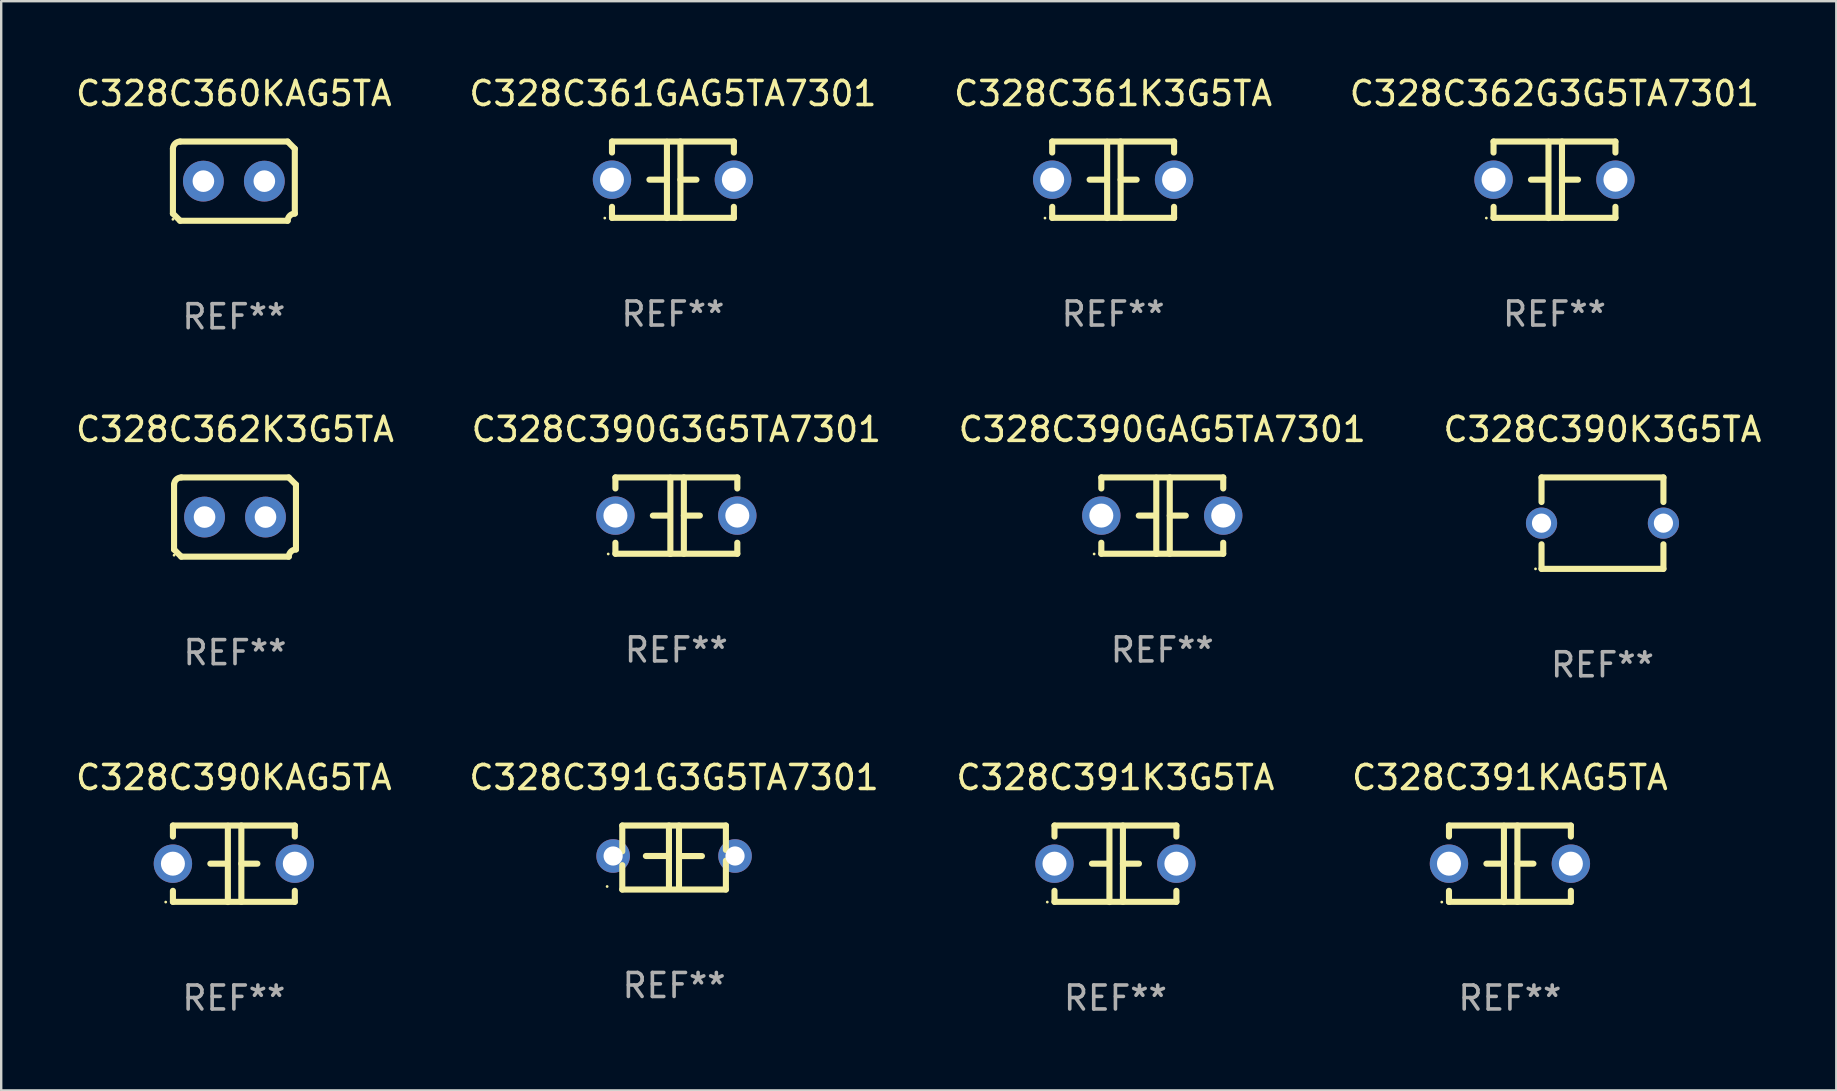
<source format=kicad_pcb>
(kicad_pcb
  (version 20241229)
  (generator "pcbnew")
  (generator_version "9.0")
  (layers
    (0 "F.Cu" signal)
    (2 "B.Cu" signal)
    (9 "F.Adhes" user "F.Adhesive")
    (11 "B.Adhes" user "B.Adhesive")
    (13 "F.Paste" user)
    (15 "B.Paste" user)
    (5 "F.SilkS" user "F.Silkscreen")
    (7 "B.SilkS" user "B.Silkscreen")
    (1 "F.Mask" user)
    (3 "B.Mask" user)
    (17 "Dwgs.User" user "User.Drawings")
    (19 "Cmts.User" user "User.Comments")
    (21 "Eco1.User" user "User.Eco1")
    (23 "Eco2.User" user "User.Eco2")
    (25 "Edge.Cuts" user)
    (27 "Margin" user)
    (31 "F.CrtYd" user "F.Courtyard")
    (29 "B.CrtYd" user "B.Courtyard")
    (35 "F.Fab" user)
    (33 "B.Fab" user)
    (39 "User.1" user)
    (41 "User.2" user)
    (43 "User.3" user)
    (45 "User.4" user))
  (footprint "C328C361K3G5TA"
    (layer "F.Cu")
    (at 43.339 4.443)
    (property "Reference" "C328C361K3G5TA" (at 0 -3.595 0) (layer "F.SilkS") (effects (font (size 1 1) (thickness 0.15))))
    (attr through_hole)
    (fp_line (start -2.54 -1.595) (end -2.54 -1.136) (stroke (width 0.254) (type solid)) (layer "F.SilkS"))
    (fp_line (start -2.54 -1.595) (end 2.54 -1.595) (stroke (width 0.254) (type solid)) (layer "F.SilkS"))
    (fp_line (start -2.54 1.126) (end -2.54 1.585) (stroke (width 0.254) (type solid)) (layer "F.SilkS"))
    (fp_line (start -0.312 -0.005) (end -0.98 -0.005) (stroke (width 0.254) (type solid)) (layer "F.SilkS"))
    (fp_line (start -0.25 -1.585) (end -0.25 1.595) (stroke (width 0.254) (type solid)) (layer "F.SilkS"))
    (fp_line (start 0.312 -1.595) (end 0.312 1.585) (stroke (width 0.254) (type solid)) (layer "F.SilkS"))
    (fp_line (start 0.312 -0.005) (end 0.98 -0.005) (stroke (width 0.254) (type solid)) (layer "F.SilkS"))
    (fp_line (start 2.54 -1.595) (end 2.54 -1.136) (stroke (width 0.254) (type solid)) (layer "F.SilkS"))
    (fp_line (start 2.54 1.126) (end 2.54 1.585) (stroke (width 0.254) (type solid)) (layer "F.SilkS"))
    (fp_line (start 2.54 1.585) (end -2.54 1.585) (stroke (width 0.254) (type solid)) (layer "F.SilkS"))
    (fp_circle (center -2.84 1.595) (end -2.81 1.595) (stroke (width 0.06) (type solid)) (fill no) (layer "F.SilkS"))
    (fp_text user "REF**" (at 0 5.595 0) (layer "F.Fab") (effects (font (size 1 1) (thickness 0.15))))
    (pad "1" thru_hole circle (at -2.54 -0.005) (size 1.6 1.6) (drill 1) (layers "*.Cu" "*.Mask"))
    (pad "2" thru_hole circle (at 2.54 -0.005) (size 1.6 1.6) (drill 1) (layers "*.Cu" "*.Mask")))
  (footprint "C328C390GAG5TA7301"
    (layer "F.Cu")
    (at 45.387 18.442)
    (property "Reference" "C328C390GAG5TA7301" (at 0 -3.595 0) (layer "F.SilkS") (effects (font (size 1 1) (thickness 0.15))))
    (attr through_hole)
    (fp_line (start -2.54 -1.595) (end -2.54 -1.136) (stroke (width 0.254) (type solid)) (layer "F.SilkS"))
    (fp_line (start -2.54 -1.595) (end 2.54 -1.595) (stroke (width 0.254) (type solid)) (layer "F.SilkS"))
    (fp_line (start -2.54 1.126) (end -2.54 1.585) (stroke (width 0.254) (type solid)) (layer "F.SilkS"))
    (fp_line (start -0.312 -0.005) (end -0.98 -0.005) (stroke (width 0.254) (type solid)) (layer "F.SilkS"))
    (fp_line (start -0.25 -1.585) (end -0.25 1.595) (stroke (width 0.254) (type solid)) (layer "F.SilkS"))
    (fp_line (start 0.312 -1.595) (end 0.312 1.585) (stroke (width 0.254) (type solid)) (layer "F.SilkS"))
    (fp_line (start 0.312 -0.005) (end 0.98 -0.005) (stroke (width 0.254) (type solid)) (layer "F.SilkS"))
    (fp_line (start 2.54 -1.595) (end 2.54 -1.136) (stroke (width 0.254) (type solid)) (layer "F.SilkS"))
    (fp_line (start 2.54 1.126) (end 2.54 1.585) (stroke (width 0.254) (type solid)) (layer "F.SilkS"))
    (fp_line (start 2.54 1.585) (end -2.54 1.585) (stroke (width 0.254) (type solid)) (layer "F.SilkS"))
    (fp_circle (center -2.84 1.595) (end -2.81 1.595) (stroke (width 0.06) (type solid)) (fill no) (layer "F.SilkS"))
    (fp_text user "REF**" (at 0 5.595 0) (layer "F.Fab") (effects (font (size 1 1) (thickness 0.15))))
    (pad "1" thru_hole circle (at -2.54 -0.005) (size 1.6 1.6) (drill 1) (layers "*.Cu" "*.Mask"))
    (pad "2" thru_hole circle (at 2.54 -0.005) (size 1.6 1.6) (drill 1) (layers "*.Cu" "*.Mask")))
  (footprint "C328C390K3G5TA"
    (layer "F.Cu")
    (at 63.732 18.752)
    (property "Reference" "C328C390K3G5TA" (at 0 -3.905 0) (layer "F.SilkS") (effects (font (size 1 1) (thickness 0.15))))
    (attr through_hole)
    (fp_line (start -2.54 -1.905) (end -2.54 -0.881) (stroke (width 0.254) (type solid)) (layer "F.SilkS"))
    (fp_line (start -2.54 0.881) (end -2.54 1.905) (stroke (width 0.254) (type solid)) (layer "F.SilkS"))
    (fp_line (start -2.54 1.905) (end 2.54 1.905) (stroke (width 0.254) (type solid)) (layer "F.SilkS"))
    (fp_line (start 2.54 -1.905) (end -2.54 -1.905) (stroke (width 0.254) (type solid)) (layer "F.SilkS"))
    (fp_line (start 2.54 -0.881) (end 2.54 -1.905) (stroke (width 0.254) (type solid)) (layer "F.SilkS"))
    (fp_line (start 2.54 1.905) (end 2.54 0.881) (stroke (width 0.254) (type solid)) (layer "F.SilkS"))
    (fp_circle (center -2.79 1.905) (end -2.76 1.905) (stroke (width 0.06) (type solid)) (fill no) (layer "F.SilkS"))
    (fp_text user "REF**" (at 0 5.905 0) (layer "F.Fab") (effects (font (size 1 1) (thickness 0.15))))
    (pad "1" thru_hole circle (at -2.54 0) (size 1.3 1.3) (drill 0.8) (layers "*.Cu" "*.Mask"))
    (pad "2" thru_hole circle (at 2.54 0) (size 1.3 1.3) (drill 0.8) (layers "*.Cu" "*.Mask")))
  (footprint "C328C390KAG5TA"
    (layer "F.Cu")
    (at 6.696 32.948)
    (property "Reference" "C328C390KAG5TA" (at 0 -3.595 0) (layer "F.SilkS") (effects (font (size 1 1) (thickness 0.15))))
    (attr through_hole)
    (fp_line (start -2.54 -1.595) (end -2.54 -1.136) (stroke (width 0.254) (type solid)) (layer "F.SilkS"))
    (fp_line (start -2.54 -1.595) (end 2.54 -1.595) (stroke (width 0.254) (type solid)) (layer "F.SilkS"))
    (fp_line (start -2.54 1.126) (end -2.54 1.585) (stroke (width 0.254) (type solid)) (layer "F.SilkS"))
    (fp_line (start -0.312 -0.005) (end -0.98 -0.005) (stroke (width 0.254) (type solid)) (layer "F.SilkS"))
    (fp_line (start -0.25 -1.585) (end -0.25 1.595) (stroke (width 0.254) (type solid)) (layer "F.SilkS"))
    (fp_line (start 0.312 -1.595) (end 0.312 1.585) (stroke (width 0.254) (type solid)) (layer "F.SilkS"))
    (fp_line (start 0.312 -0.005) (end 0.98 -0.005) (stroke (width 0.254) (type solid)) (layer "F.SilkS"))
    (fp_line (start 2.54 -1.595) (end 2.54 -1.136) (stroke (width 0.254) (type solid)) (layer "F.SilkS"))
    (fp_line (start 2.54 1.126) (end 2.54 1.585) (stroke (width 0.254) (type solid)) (layer "F.SilkS"))
    (fp_line (start 2.54 1.585) (end -2.54 1.585) (stroke (width 0.254) (type solid)) (layer "F.SilkS"))
    (fp_circle (center -2.84 1.595) (end -2.81 1.595) (stroke (width 0.06) (type solid)) (fill no) (layer "F.SilkS"))
    (fp_text user "REF**" (at 0 5.595 0) (layer "F.Fab") (effects (font (size 1 1) (thickness 0.15))))
    (pad "1" thru_hole circle (at -2.54 -0.005) (size 1.6 1.6) (drill 1) (layers "*.Cu" "*.Mask"))
    (pad "2" thru_hole circle (at 2.54 -0.005) (size 1.6 1.6) (drill 1) (layers "*.Cu" "*.Mask")))
  (footprint "C328C361GAG5TA7301"
    (layer "F.Cu")
    (at 24.994 4.443)
    (property "Reference" "C328C361GAG5TA7301" (at 0 -3.595 0) (layer "F.SilkS") (effects (font (size 1 1) (thickness 0.15))))
    (attr through_hole)
    (fp_line (start -2.54 -1.595) (end -2.54 -1.136) (stroke (width 0.254) (type solid)) (layer "F.SilkS"))
    (fp_line (start -2.54 -1.595) (end 2.54 -1.595) (stroke (width 0.254) (type solid)) (layer "F.SilkS"))
    (fp_line (start -2.54 1.126) (end -2.54 1.585) (stroke (width 0.254) (type solid)) (layer "F.SilkS"))
    (fp_line (start -0.312 -0.005) (end -0.98 -0.005) (stroke (width 0.254) (type solid)) (layer "F.SilkS"))
    (fp_line (start -0.25 -1.585) (end -0.25 1.595) (stroke (width 0.254) (type solid)) (layer "F.SilkS"))
    (fp_line (start 0.312 -1.595) (end 0.312 1.585) (stroke (width 0.254) (type solid)) (layer "F.SilkS"))
    (fp_line (start 0.312 -0.005) (end 0.98 -0.005) (stroke (width 0.254) (type solid)) (layer "F.SilkS"))
    (fp_line (start 2.54 -1.595) (end 2.54 -1.136) (stroke (width 0.254) (type solid)) (layer "F.SilkS"))
    (fp_line (start 2.54 1.126) (end 2.54 1.585) (stroke (width 0.254) (type solid)) (layer "F.SilkS"))
    (fp_line (start 2.54 1.585) (end -2.54 1.585) (stroke (width 0.254) (type solid)) (layer "F.SilkS"))
    (fp_circle (center -2.84 1.595) (end -2.81 1.595) (stroke (width 0.06) (type solid)) (fill no) (layer "F.SilkS"))
    (fp_text user "REF**" (at 0 5.595 0) (layer "F.Fab") (effects (font (size 1 1) (thickness 0.15))))
    (pad "1" thru_hole circle (at -2.54 -0.005) (size 1.6 1.6) (drill 1) (layers "*.Cu" "*.Mask"))
    (pad "2" thru_hole circle (at 2.54 -0.005) (size 1.6 1.6) (drill 1) (layers "*.Cu" "*.Mask")))
  (footprint "C328C391G3G5TA7301"
    (layer "F.Cu")
    (at 25.042 32.687)
    (property "Reference" "C328C391G3G5TA7301" (at 0 -3.334 0) (layer "F.SilkS") (effects (font (size 1 1) (thickness 0.15))))
    (attr through_hole)
    (fp_line (start -2.159 -1.334) (end 2.159 -1.334) (stroke (width 0.254) (type solid)) (layer "F.SilkS"))
    (fp_line (start -2.159 -0.256) (end -2.159 -1.334) (stroke (width 0.254) (type solid)) (layer "F.SilkS"))
    (fp_line (start -2.159 1.334) (end -2.159 0.318) (stroke (width 0.254) (type solid)) (layer "F.SilkS"))
    (fp_line (start -0.22 -0.064) (end -1.175 -0.064) (stroke (width 0.254) (type solid)) (layer "F.SilkS"))
    (fp_line (start -0.214 -1.334) (end -0.214 1.207) (stroke (width 0.254) (type solid)) (layer "F.SilkS"))
    (fp_line (start 0.205 -1.334) (end 0.205 1.207) (stroke (width 0.254) (type solid)) (layer "F.SilkS"))
    (fp_line (start 0.205 -0.061) (end 1.16 -0.061) (stroke (width 0.254) (type solid)) (layer "F.SilkS"))
    (fp_line (start 2.159 -1.334) (end 2.159 -0.318) (stroke (width 0.254) (type solid)) (layer "F.SilkS"))
    (fp_line (start 2.159 0.129) (end 2.159 1.334) (stroke (width 0.254) (type solid)) (layer "F.SilkS"))
    (fp_line (start 2.159 1.334) (end -2.159 1.334) (stroke (width 0.254) (type solid)) (layer "F.SilkS"))
    (fp_circle (center -2.79 1.207) (end -2.76 1.207) (stroke (width 0.06) (type solid)) (fill no) (layer "F.SilkS"))
    (fp_text user "REF**" (at 0 5.334 0) (layer "F.Fab") (effects (font (size 1 1) (thickness 0.15))))
    (pad "1" thru_hole circle (at -2.54 -0.064) (size 1.4 1.4) (drill 0.8) (layers "*.Cu" "*.Mask"))
    (pad "2" thru_hole circle (at 2.54 -0.064) (size 1.4 1.4) (drill 0.8) (layers "*.Cu" "*.Mask")))
  (footprint "C328C362G3G5TA7301"
    (layer "F.Cu")
    (at 61.732 4.443)
    (property "Reference" "C328C362G3G5TA7301" (at 0 -3.595 0) (layer "F.SilkS") (effects (font (size 1 1) (thickness 0.15))))
    (attr through_hole)
    (fp_line (start -2.54 -1.595) (end -2.54 -1.136) (stroke (width 0.254) (type solid)) (layer "F.SilkS"))
    (fp_line (start -2.54 -1.595) (end 2.54 -1.595) (stroke (width 0.254) (type solid)) (layer "F.SilkS"))
    (fp_line (start -2.54 1.126) (end -2.54 1.585) (stroke (width 0.254) (type solid)) (layer "F.SilkS"))
    (fp_line (start -0.312 -0.005) (end -0.98 -0.005) (stroke (width 0.254) (type solid)) (layer "F.SilkS"))
    (fp_line (start -0.25 -1.585) (end -0.25 1.595) (stroke (width 0.254) (type solid)) (layer "F.SilkS"))
    (fp_line (start 0.312 -1.595) (end 0.312 1.585) (stroke (width 0.254) (type solid)) (layer "F.SilkS"))
    (fp_line (start 0.312 -0.005) (end 0.98 -0.005) (stroke (width 0.254) (type solid)) (layer "F.SilkS"))
    (fp_line (start 2.54 -1.595) (end 2.54 -1.136) (stroke (width 0.254) (type solid)) (layer "F.SilkS"))
    (fp_line (start 2.54 1.126) (end 2.54 1.585) (stroke (width 0.254) (type solid)) (layer "F.SilkS"))
    (fp_line (start 2.54 1.585) (end -2.54 1.585) (stroke (width 0.254) (type solid)) (layer "F.SilkS"))
    (fp_circle (center -2.84 1.595) (end -2.81 1.595) (stroke (width 0.06) (type solid)) (fill no) (layer "F.SilkS"))
    (fp_text user "REF**" (at 0 5.595 0) (layer "F.Fab") (effects (font (size 1 1) (thickness 0.15))))
    (pad "1" thru_hole circle (at -2.54 -0.005) (size 1.6 1.6) (drill 1) (layers "*.Cu" "*.Mask"))
    (pad "2" thru_hole circle (at 2.54 -0.005) (size 1.6 1.6) (drill 1) (layers "*.Cu" "*.Mask")))
  (footprint "C328C390G3G5TA7301"
    (layer "F.Cu")
    (at 25.137 18.442)
    (property "Reference" "C328C390G3G5TA7301" (at 0 -3.595 0) (layer "F.SilkS") (effects (font (size 1 1) (thickness 0.15))))
    (attr through_hole)
    (fp_line (start -2.54 -1.595) (end -2.54 -1.136) (stroke (width 0.254) (type solid)) (layer "F.SilkS"))
    (fp_line (start -2.54 -1.595) (end 2.54 -1.595) (stroke (width 0.254) (type solid)) (layer "F.SilkS"))
    (fp_line (start -2.54 1.126) (end -2.54 1.585) (stroke (width 0.254) (type solid)) (layer "F.SilkS"))
    (fp_line (start -0.312 -0.005) (end -0.98 -0.005) (stroke (width 0.254) (type solid)) (layer "F.SilkS"))
    (fp_line (start -0.25 -1.585) (end -0.25 1.595) (stroke (width 0.254) (type solid)) (layer "F.SilkS"))
    (fp_line (start 0.312 -1.595) (end 0.312 1.585) (stroke (width 0.254) (type solid)) (layer "F.SilkS"))
    (fp_line (start 0.312 -0.005) (end 0.98 -0.005) (stroke (width 0.254) (type solid)) (layer "F.SilkS"))
    (fp_line (start 2.54 -1.595) (end 2.54 -1.136) (stroke (width 0.254) (type solid)) (layer "F.SilkS"))
    (fp_line (start 2.54 1.126) (end 2.54 1.585) (stroke (width 0.254) (type solid)) (layer "F.SilkS"))
    (fp_line (start 2.54 1.585) (end -2.54 1.585) (stroke (width 0.254) (type solid)) (layer "F.SilkS"))
    (fp_circle (center -2.84 1.595) (end -2.81 1.595) (stroke (width 0.06) (type solid)) (fill no) (layer "F.SilkS"))
    (fp_text user "REF**" (at 0 5.595 0) (layer "F.Fab") (effects (font (size 1 1) (thickness 0.15))))
    (pad "1" thru_hole circle (at -2.54 -0.005) (size 1.6 1.6) (drill 1) (layers "*.Cu" "*.Mask"))
    (pad "2" thru_hole circle (at 2.54 -0.005) (size 1.6 1.6) (drill 1) (layers "*.Cu" "*.Mask")))
  (footprint "C328C391K3G5TA"
    (layer "F.Cu")
    (at 43.435 32.948)
    (property "Reference" "C328C391K3G5TA" (at 0 -3.595 0) (layer "F.SilkS") (effects (font (size 1 1) (thickness 0.15))))
    (attr through_hole)
    (fp_line (start -2.54 -1.595) (end -2.54 -1.136) (stroke (width 0.254) (type solid)) (layer "F.SilkS"))
    (fp_line (start -2.54 -1.595) (end 2.54 -1.595) (stroke (width 0.254) (type solid)) (layer "F.SilkS"))
    (fp_line (start -2.54 1.126) (end -2.54 1.585) (stroke (width 0.254) (type solid)) (layer "F.SilkS"))
    (fp_line (start -0.312 -0.005) (end -0.98 -0.005) (stroke (width 0.254) (type solid)) (layer "F.SilkS"))
    (fp_line (start -0.25 -1.585) (end -0.25 1.595) (stroke (width 0.254) (type solid)) (layer "F.SilkS"))
    (fp_line (start 0.312 -1.595) (end 0.312 1.585) (stroke (width 0.254) (type solid)) (layer "F.SilkS"))
    (fp_line (start 0.312 -0.005) (end 0.98 -0.005) (stroke (width 0.254) (type solid)) (layer "F.SilkS"))
    (fp_line (start 2.54 -1.595) (end 2.54 -1.136) (stroke (width 0.254) (type solid)) (layer "F.SilkS"))
    (fp_line (start 2.54 1.126) (end 2.54 1.585) (stroke (width 0.254) (type solid)) (layer "F.SilkS"))
    (fp_line (start 2.54 1.585) (end -2.54 1.585) (stroke (width 0.254) (type solid)) (layer "F.SilkS"))
    (fp_circle (center -2.84 1.595) (end -2.81 1.595) (stroke (width 0.06) (type solid)) (fill no) (layer "F.SilkS"))
    (fp_text user "REF**" (at 0 5.595 0) (layer "F.Fab") (effects (font (size 1 1) (thickness 0.15))))
    (pad "1" thru_hole circle (at -2.54 -0.005) (size 1.6 1.6) (drill 1) (layers "*.Cu" "*.Mask"))
    (pad "2" thru_hole circle (at 2.54 -0.005) (size 1.6 1.6) (drill 1) (layers "*.Cu" "*.Mask")))
  (footprint "C328C391KAG5TA"
    (layer "F.Cu")
    (at 59.875 32.948)
    (property "Reference" "C328C391KAG5TA" (at 0 -3.595 0) (layer "F.SilkS") (effects (font (size 1 1) (thickness 0.15))))
    (attr through_hole)
    (fp_line (start -2.54 -1.595) (end -2.54 -1.136) (stroke (width 0.254) (type solid)) (layer "F.SilkS"))
    (fp_line (start -2.54 -1.595) (end 2.54 -1.595) (stroke (width 0.254) (type solid)) (layer "F.SilkS"))
    (fp_line (start -2.54 1.126) (end -2.54 1.585) (stroke (width 0.254) (type solid)) (layer "F.SilkS"))
    (fp_line (start -0.312 -0.005) (end -0.98 -0.005) (stroke (width 0.254) (type solid)) (layer "F.SilkS"))
    (fp_line (start -0.25 -1.585) (end -0.25 1.595) (stroke (width 0.254) (type solid)) (layer "F.SilkS"))
    (fp_line (start 0.312 -1.595) (end 0.312 1.585) (stroke (width 0.254) (type solid)) (layer "F.SilkS"))
    (fp_line (start 0.312 -0.005) (end 0.98 -0.005) (stroke (width 0.254) (type solid)) (layer "F.SilkS"))
    (fp_line (start 2.54 -1.595) (end 2.54 -1.136) (stroke (width 0.254) (type solid)) (layer "F.SilkS"))
    (fp_line (start 2.54 1.126) (end 2.54 1.585) (stroke (width 0.254) (type solid)) (layer "F.SilkS"))
    (fp_line (start 2.54 1.585) (end -2.54 1.585) (stroke (width 0.254) (type solid)) (layer "F.SilkS"))
    (fp_circle (center -2.84 1.595) (end -2.81 1.595) (stroke (width 0.06) (type solid)) (fill no) (layer "F.SilkS"))
    (fp_text user "REF**" (at 0 5.595 0) (layer "F.Fab") (effects (font (size 1 1) (thickness 0.15))))
    (pad "1" thru_hole circle (at -2.54 -0.005) (size 1.6 1.6) (drill 1) (layers "*.Cu" "*.Mask"))
    (pad "2" thru_hole circle (at 2.54 -0.005) (size 1.6 1.6) (drill 1) (layers "*.Cu" "*.Mask")))
  (footprint "C328C362K3G5TA"
    (layer "F.Cu")
    (at 6.744 18.498)
    (property "Reference" "C328C362K3G5TA" (at 0 -3.651 0) (layer "F.SilkS") (effects (font (size 1 1) (thickness 0.15))))
    (attr through_hole)
    (fp_line (start -2.54 -1.351) (end -2.54 1.351) (stroke (width 0.254) (type solid)) (layer "F.SilkS"))
    (fp_line (start -2.24 -1.651) (end 2.24 -1.651) (stroke (width 0.254) (type solid)) (layer "F.SilkS"))
    (fp_line (start 2.24 1.651) (end -2.24 1.651) (stroke (width 0.254) (type solid)) (layer "F.SilkS"))
    (fp_line (start 2.54 1.351) (end 2.54 -1.351) (stroke (width 0.254) (type solid)) (layer "F.SilkS"))
    (fp_arc (start -2.540005 -1.351283) (mid -2.450115 -1.561309) (end -2.240005 -1.651003) (stroke (width 0.254001) (type solid)) (layer "F.SilkS"))
    (fp_arc (start -2.240287 1.651001) (mid -2.390163 1.501019) (end -2.540005 1.351003) (stroke (width 0.254001) (type solid)) (layer "F.SilkS"))
    (fp_arc (start 2.240005 1.651003) (mid 2.329934 1.441015) (end 2.540005 1.351282) (stroke (width 0.254001) (type solid)) (layer "F.SilkS"))
    (fp_arc (start 2.540005 -1.351003) (mid 2.389393 -1.500252) (end 2.240284 -1.651003) (stroke (width 0.254001) (type solid)) (layer "F.SilkS"))
    (fp_circle (center -2.54 1.59) (end -2.51 1.59) (stroke (width 0.06) (type solid)) (fill no) (layer "F.SilkS"))
    (fp_text user "REF**" (at 0 5.651 0) (layer "F.Fab") (effects (font (size 1 1) (thickness 0.15))))
    (pad "1" thru_hole circle (at -1.27 0) (size 1.7 1.7) (drill 0.9) (layers "*.Cu" "*.Mask"))
    (pad "2" thru_hole circle (at 1.27 0) (size 1.7 1.7) (drill 0.9) (layers "*.Cu" "*.Mask")))
  (footprint "C328C360KAG5TA"
    (layer "F.Cu")
    (at 6.696 4.499)
    (property "Reference" "C328C360KAG5TA" (at 0 -3.651 0) (layer "F.SilkS") (effects (font (size 1 1) (thickness 0.15))))
    (attr through_hole)
    (fp_line (start -2.54 -1.351) (end -2.54 1.351) (stroke (width 0.254) (type solid)) (layer "F.SilkS"))
    (fp_line (start -2.24 -1.651) (end 2.24 -1.651) (stroke (width 0.254) (type solid)) (layer "F.SilkS"))
    (fp_line (start 2.24 1.651) (end -2.24 1.651) (stroke (width 0.254) (type solid)) (layer "F.SilkS"))
    (fp_line (start 2.54 1.351) (end 2.54 -1.351) (stroke (width 0.254) (type solid)) (layer "F.SilkS"))
    (fp_arc (start -2.540005 -1.351283) (mid -2.450115 -1.561309) (end -2.240005 -1.651003) (stroke (width 0.254001) (type solid)) (layer "F.SilkS"))
    (fp_arc (start -2.240287 1.651001) (mid -2.390163 1.501019) (end -2.540005 1.351003) (stroke (width 0.254001) (type solid)) (layer "F.SilkS"))
    (fp_arc (start 2.240005 1.651003) (mid 2.329934 1.441015) (end 2.540005 1.351282) (stroke (width 0.254001) (type solid)) (layer "F.SilkS"))
    (fp_arc (start 2.540005 -1.351003) (mid 2.389393 -1.500252) (end 2.240284 -1.651003) (stroke (width 0.254001) (type solid)) (layer "F.SilkS"))
    (fp_circle (center -2.54 1.59) (end -2.51 1.59) (stroke (width 0.06) (type solid)) (fill no) (layer "F.SilkS"))
    (fp_text user "REF**" (at 0 5.651 0) (layer "F.Fab") (effects (font (size 1 1) (thickness 0.15))))
    (pad "1" thru_hole circle (at -1.27 0) (size 1.7 1.7) (drill 0.9) (layers "*.Cu" "*.Mask"))
    (pad "2" thru_hole circle (at 1.27 0) (size 1.7 1.7) (drill 0.9) (layers "*.Cu" "*.Mask")))
  (gr_rect
    (start -3 -3)
    (end 73.476 42.391)
    (stroke (width 0.1) (type default))
    (fill no)
    (layer "Edge.Cuts")))
</source>
